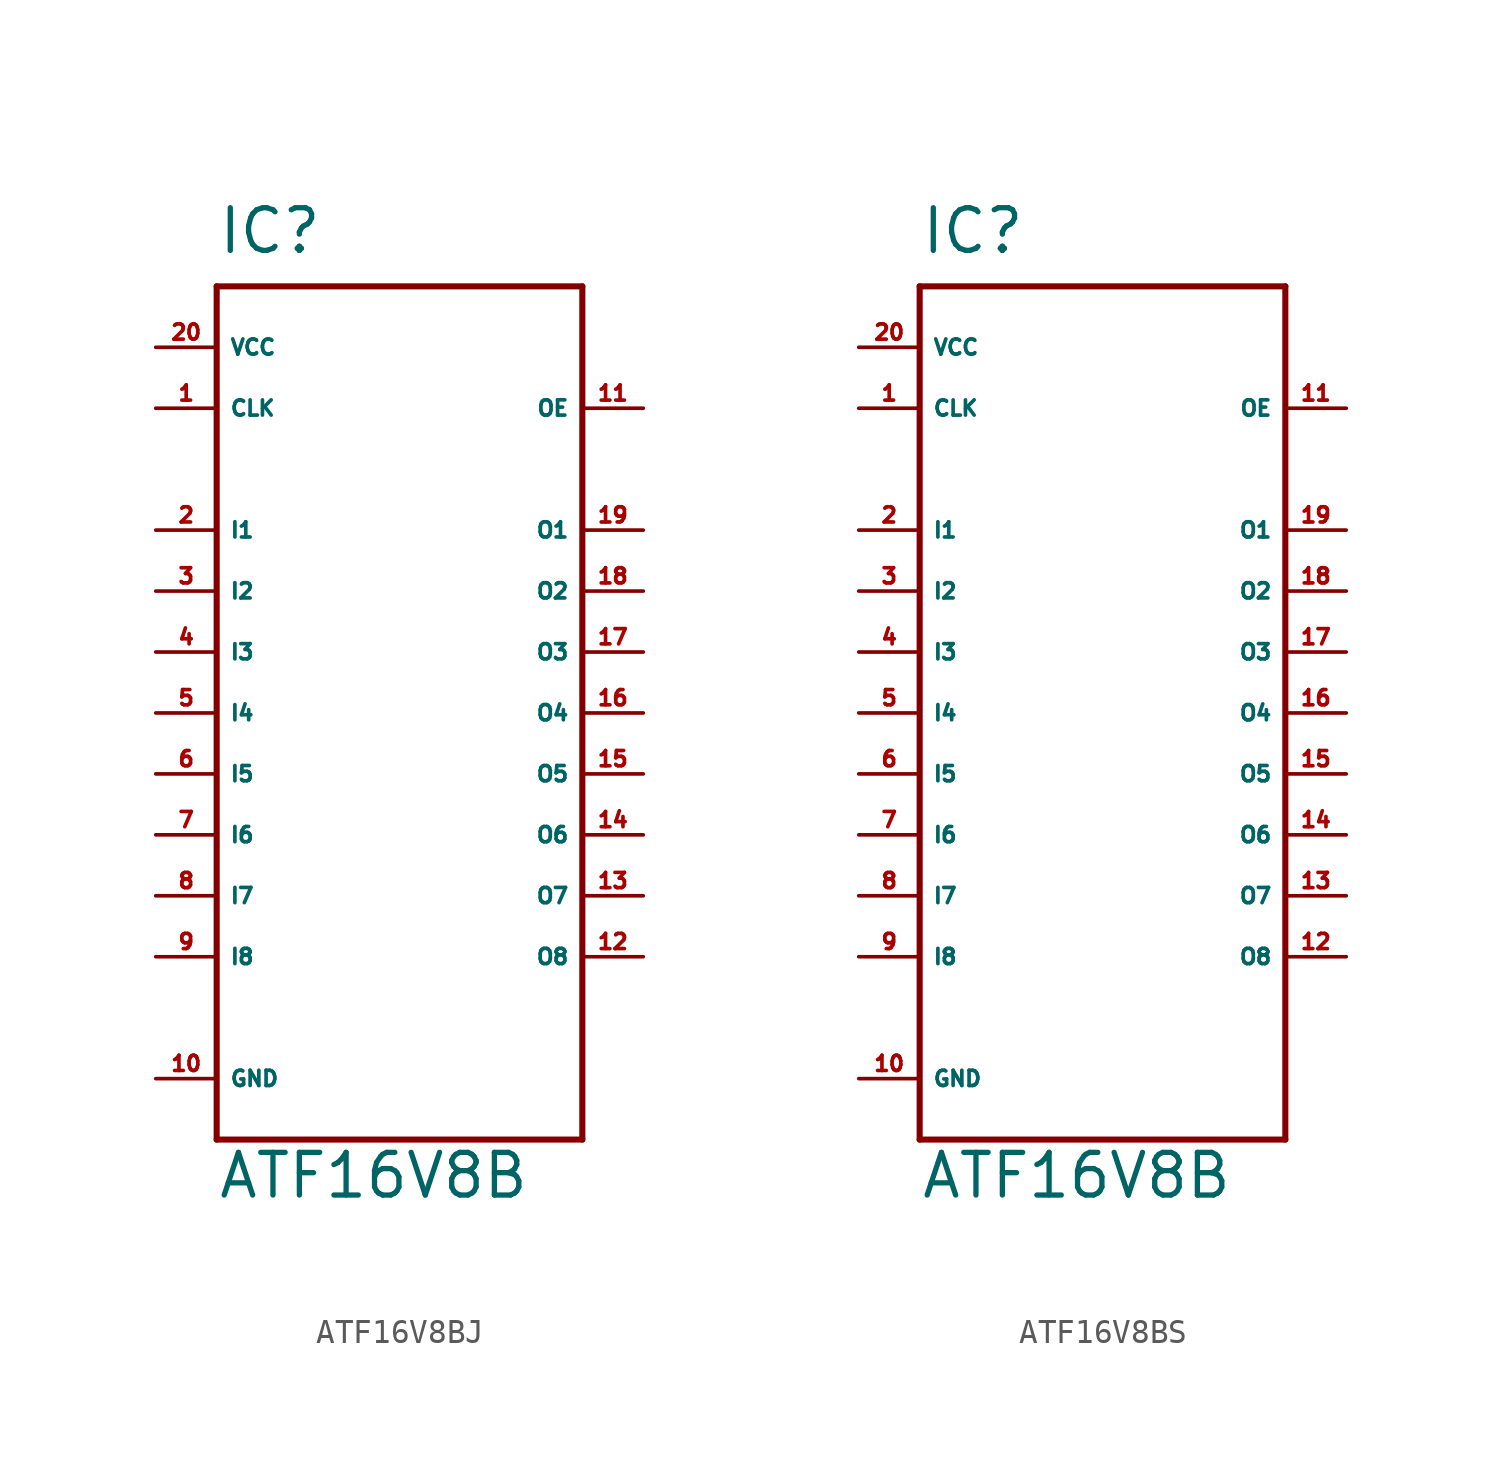
<source format=kicad_sym>
(kicad_symbol_lib
  (version 20220914)
  (generator Eagle2Kicad)
  (symbol "ATF16V8BJ"
    (property "Reference" "IC"
      (at -7.62 19.05 0)
      (effects (font (size 1.778 1.778) (thickness 0.22)) (justify left bottom)))
    (property "Value" "ATF16V8B"
      (at -7.62 -20.32 0)
      (effects (font (size 1.778 1.778) (thickness 0.22)) (justify left bottom)))
    (polyline
      (pts (xy -7.62 17.78) (xy 7.62 17.78))
      (stroke (width 0.254) (type default))
      (fill (type none)))
    (polyline
      (pts (xy 7.62 17.78) (xy 7.62 -17.78))
      (stroke (width 0.254) (type default))
      (fill (type none)))
    (polyline
      (pts (xy 7.62 -17.78) (xy -7.62 -17.78))
      (stroke (width 0.254) (type default))
      (fill (type none)))
    (polyline
      (pts (xy -7.62 -17.78) (xy -7.62 17.78))
      (stroke (width 0.254) (type default))
      (fill (type none)))
    (pin input line
      (at -10.16 12.7 0)
      (length 2.54)
      (name "CLK" (effects (font (size 0.635 0.635) (thickness 0.08)) (justify left bottom)))
      (number "1" (effects (font (size 0.635 0.635) (thickness 0.08)) (justify left bottom))))
    (pin input line
      (at -10.16 7.62 0)
      (length 2.54)
      (name "I1" (effects (font (size 0.635 0.635) (thickness 0.08)) (justify left bottom)))
      (number "2" (effects (font (size 0.635 0.635) (thickness 0.08)) (justify left bottom))))
    (pin input line
      (at -10.16 5.08 0)
      (length 2.54)
      (name "I2" (effects (font (size 0.635 0.635) (thickness 0.08)) (justify left bottom)))
      (number "3" (effects (font (size 0.635 0.635) (thickness 0.08)) (justify left bottom))))
    (pin input line
      (at -10.16 2.54 0)
      (length 2.54)
      (name "I3" (effects (font (size 0.635 0.635) (thickness 0.08)) (justify left bottom)))
      (number "4" (effects (font (size 0.635 0.635) (thickness 0.08)) (justify left bottom))))
    (pin input line
      (at -10.16 0 0)
      (length 2.54)
      (name "I4" (effects (font (size 0.635 0.635) (thickness 0.08)) (justify left bottom)))
      (number "5" (effects (font (size 0.635 0.635) (thickness 0.08)) (justify left bottom))))
    (pin input line
      (at -10.16 -2.54 0)
      (length 2.54)
      (name "I5" (effects (font (size 0.635 0.635) (thickness 0.08)) (justify left bottom)))
      (number "6" (effects (font (size 0.635 0.635) (thickness 0.08)) (justify left bottom))))
    (pin input line
      (at -10.16 -5.08 0)
      (length 2.54)
      (name "I6" (effects (font (size 0.635 0.635) (thickness 0.08)) (justify left bottom)))
      (number "7" (effects (font (size 0.635 0.635) (thickness 0.08)) (justify left bottom))))
    (pin input line
      (at -10.16 -7.62 0)
      (length 2.54)
      (name "I7" (effects (font (size 0.635 0.635) (thickness 0.08)) (justify left bottom)))
      (number "8" (effects (font (size 0.635 0.635) (thickness 0.08)) (justify left bottom))))
    (pin input line
      (at -10.16 -10.16 0)
      (length 2.54)
      (name "I8" (effects (font (size 0.635 0.635) (thickness 0.08)) (justify left bottom)))
      (number "9" (effects (font (size 0.635 0.635) (thickness 0.08)) (justify left bottom))))
    (pin output line
      (at 10.16 7.62 180)
      (length 2.54)
      (name "O1" (effects (font (size 0.635 0.635) (thickness 0.08)) (justify left bottom)))
      (number "19" (effects (font (size 0.635 0.635) (thickness 0.08)) (justify left bottom))))
    (pin output line
      (at 10.16 5.08 180)
      (length 2.54)
      (name "O2" (effects (font (size 0.635 0.635) (thickness 0.08)) (justify left bottom)))
      (number "18" (effects (font (size 0.635 0.635) (thickness 0.08)) (justify left bottom))))
    (pin output line
      (at 10.16 2.54 180)
      (length 2.54)
      (name "O3" (effects (font (size 0.635 0.635) (thickness 0.08)) (justify left bottom)))
      (number "17" (effects (font (size 0.635 0.635) (thickness 0.08)) (justify left bottom))))
    (pin output line
      (at 10.16 0 180)
      (length 2.54)
      (name "O4" (effects (font (size 0.635 0.635) (thickness 0.08)) (justify left bottom)))
      (number "16" (effects (font (size 0.635 0.635) (thickness 0.08)) (justify left bottom))))
    (pin output line
      (at 10.16 -2.54 180)
      (length 2.54)
      (name "O5" (effects (font (size 0.635 0.635) (thickness 0.08)) (justify left bottom)))
      (number "15" (effects (font (size 0.635 0.635) (thickness 0.08)) (justify left bottom))))
    (pin output line
      (at 10.16 -5.08 180)
      (length 2.54)
      (name "O6" (effects (font (size 0.635 0.635) (thickness 0.08)) (justify left bottom)))
      (number "14" (effects (font (size 0.635 0.635) (thickness 0.08)) (justify left bottom))))
    (pin output line
      (at 10.16 -7.62 180)
      (length 2.54)
      (name "O7" (effects (font (size 0.635 0.635) (thickness 0.08)) (justify left bottom)))
      (number "13" (effects (font (size 0.635 0.635) (thickness 0.08)) (justify left bottom))))
    (pin output line
      (at 10.16 -10.16 180)
      (length 2.54)
      (name "O8" (effects (font (size 0.635 0.635) (thickness 0.08)) (justify left bottom)))
      (number "12" (effects (font (size 0.635 0.635) (thickness 0.08)) (justify left bottom))))
    (pin input line
      (at 10.16 12.7 180)
      (length 2.54)
      (name "OE" (effects (font (size 0.635 0.635) (thickness 0.08)) (justify left bottom)))
      (number "11" (effects (font (size 0.635 0.635) (thickness 0.08)) (justify left bottom))))
    (pin unspecified line
      (at -10.16 15.24 0)
      (length 2.54)
      (name "VCC" (effects (font (size 0.635 0.635) (thickness 0.08)) (justify left bottom)))
      (number "20" (effects (font (size 0.635 0.635) (thickness 0.08)) (justify left bottom))))
    (pin unspecified line
      (at -10.16 -15.24 0)
      (length 2.54)
      (name "GND" (effects (font (size 0.635 0.635) (thickness 0.08)) (justify left bottom)))
      (number "10" (effects (font (size 0.635 0.635) (thickness 0.08)) (justify left bottom)))))
  (symbol "ATF16V8BS"
    (property "Reference" "IC"
      (at -7.62 19.05 0)
      (effects (font (size 1.778 1.778) (thickness 0.22)) (justify left bottom)))
    (property "Value" "ATF16V8B"
      (at -7.62 -20.32 0)
      (effects (font (size 1.778 1.778) (thickness 0.22)) (justify left bottom)))
    (polyline
      (pts (xy -7.62 17.78) (xy 7.62 17.78))
      (stroke (width 0.254) (type default))
      (fill (type none)))
    (polyline
      (pts (xy 7.62 17.78) (xy 7.62 -17.78))
      (stroke (width 0.254) (type default))
      (fill (type none)))
    (polyline
      (pts (xy 7.62 -17.78) (xy -7.62 -17.78))
      (stroke (width 0.254) (type default))
      (fill (type none)))
    (polyline
      (pts (xy -7.62 -17.78) (xy -7.62 17.78))
      (stroke (width 0.254) (type default))
      (fill (type none)))
    (pin input line
      (at -10.16 12.7 0)
      (length 2.54)
      (name "CLK" (effects (font (size 0.635 0.635) (thickness 0.08)) (justify left bottom)))
      (number "1" (effects (font (size 0.635 0.635) (thickness 0.08)) (justify left bottom))))
    (pin input line
      (at -10.16 7.62 0)
      (length 2.54)
      (name "I1" (effects (font (size 0.635 0.635) (thickness 0.08)) (justify left bottom)))
      (number "2" (effects (font (size 0.635 0.635) (thickness 0.08)) (justify left bottom))))
    (pin input line
      (at -10.16 5.08 0)
      (length 2.54)
      (name "I2" (effects (font (size 0.635 0.635) (thickness 0.08)) (justify left bottom)))
      (number "3" (effects (font (size 0.635 0.635) (thickness 0.08)) (justify left bottom))))
    (pin input line
      (at -10.16 2.54 0)
      (length 2.54)
      (name "I3" (effects (font (size 0.635 0.635) (thickness 0.08)) (justify left bottom)))
      (number "4" (effects (font (size 0.635 0.635) (thickness 0.08)) (justify left bottom))))
    (pin input line
      (at -10.16 0 0)
      (length 2.54)
      (name "I4" (effects (font (size 0.635 0.635) (thickness 0.08)) (justify left bottom)))
      (number "5" (effects (font (size 0.635 0.635) (thickness 0.08)) (justify left bottom))))
    (pin input line
      (at -10.16 -2.54 0)
      (length 2.54)
      (name "I5" (effects (font (size 0.635 0.635) (thickness 0.08)) (justify left bottom)))
      (number "6" (effects (font (size 0.635 0.635) (thickness 0.08)) (justify left bottom))))
    (pin input line
      (at -10.16 -5.08 0)
      (length 2.54)
      (name "I6" (effects (font (size 0.635 0.635) (thickness 0.08)) (justify left bottom)))
      (number "7" (effects (font (size 0.635 0.635) (thickness 0.08)) (justify left bottom))))
    (pin input line
      (at -10.16 -7.62 0)
      (length 2.54)
      (name "I7" (effects (font (size 0.635 0.635) (thickness 0.08)) (justify left bottom)))
      (number "8" (effects (font (size 0.635 0.635) (thickness 0.08)) (justify left bottom))))
    (pin input line
      (at -10.16 -10.16 0)
      (length 2.54)
      (name "I8" (effects (font (size 0.635 0.635) (thickness 0.08)) (justify left bottom)))
      (number "9" (effects (font (size 0.635 0.635) (thickness 0.08)) (justify left bottom))))
    (pin output line
      (at 10.16 7.62 180)
      (length 2.54)
      (name "O1" (effects (font (size 0.635 0.635) (thickness 0.08)) (justify left bottom)))
      (number "19" (effects (font (size 0.635 0.635) (thickness 0.08)) (justify left bottom))))
    (pin output line
      (at 10.16 5.08 180)
      (length 2.54)
      (name "O2" (effects (font (size 0.635 0.635) (thickness 0.08)) (justify left bottom)))
      (number "18" (effects (font (size 0.635 0.635) (thickness 0.08)) (justify left bottom))))
    (pin output line
      (at 10.16 2.54 180)
      (length 2.54)
      (name "O3" (effects (font (size 0.635 0.635) (thickness 0.08)) (justify left bottom)))
      (number "17" (effects (font (size 0.635 0.635) (thickness 0.08)) (justify left bottom))))
    (pin output line
      (at 10.16 0 180)
      (length 2.54)
      (name "O4" (effects (font (size 0.635 0.635) (thickness 0.08)) (justify left bottom)))
      (number "16" (effects (font (size 0.635 0.635) (thickness 0.08)) (justify left bottom))))
    (pin output line
      (at 10.16 -2.54 180)
      (length 2.54)
      (name "O5" (effects (font (size 0.635 0.635) (thickness 0.08)) (justify left bottom)))
      (number "15" (effects (font (size 0.635 0.635) (thickness 0.08)) (justify left bottom))))
    (pin output line
      (at 10.16 -5.08 180)
      (length 2.54)
      (name "O6" (effects (font (size 0.635 0.635) (thickness 0.08)) (justify left bottom)))
      (number "14" (effects (font (size 0.635 0.635) (thickness 0.08)) (justify left bottom))))
    (pin output line
      (at 10.16 -7.62 180)
      (length 2.54)
      (name "O7" (effects (font (size 0.635 0.635) (thickness 0.08)) (justify left bottom)))
      (number "13" (effects (font (size 0.635 0.635) (thickness 0.08)) (justify left bottom))))
    (pin output line
      (at 10.16 -10.16 180)
      (length 2.54)
      (name "O8" (effects (font (size 0.635 0.635) (thickness 0.08)) (justify left bottom)))
      (number "12" (effects (font (size 0.635 0.635) (thickness 0.08)) (justify left bottom))))
    (pin input line
      (at 10.16 12.7 180)
      (length 2.54)
      (name "OE" (effects (font (size 0.635 0.635) (thickness 0.08)) (justify left bottom)))
      (number "11" (effects (font (size 0.635 0.635) (thickness 0.08)) (justify left bottom))))
    (pin unspecified line
      (at -10.16 15.24 0)
      (length 2.54)
      (name "VCC" (effects (font (size 0.635 0.635) (thickness 0.08)) (justify left bottom)))
      (number "20" (effects (font (size 0.635 0.635) (thickness 0.08)) (justify left bottom))))
    (pin unspecified line
      (at -10.16 -15.24 0)
      (length 2.54)
      (name "GND" (effects (font (size 0.635 0.635) (thickness 0.08)) (justify left bottom)))
      (number "10" (effects (font (size 0.635 0.635) (thickness 0.08)) (justify left bottom))))))
</source>
